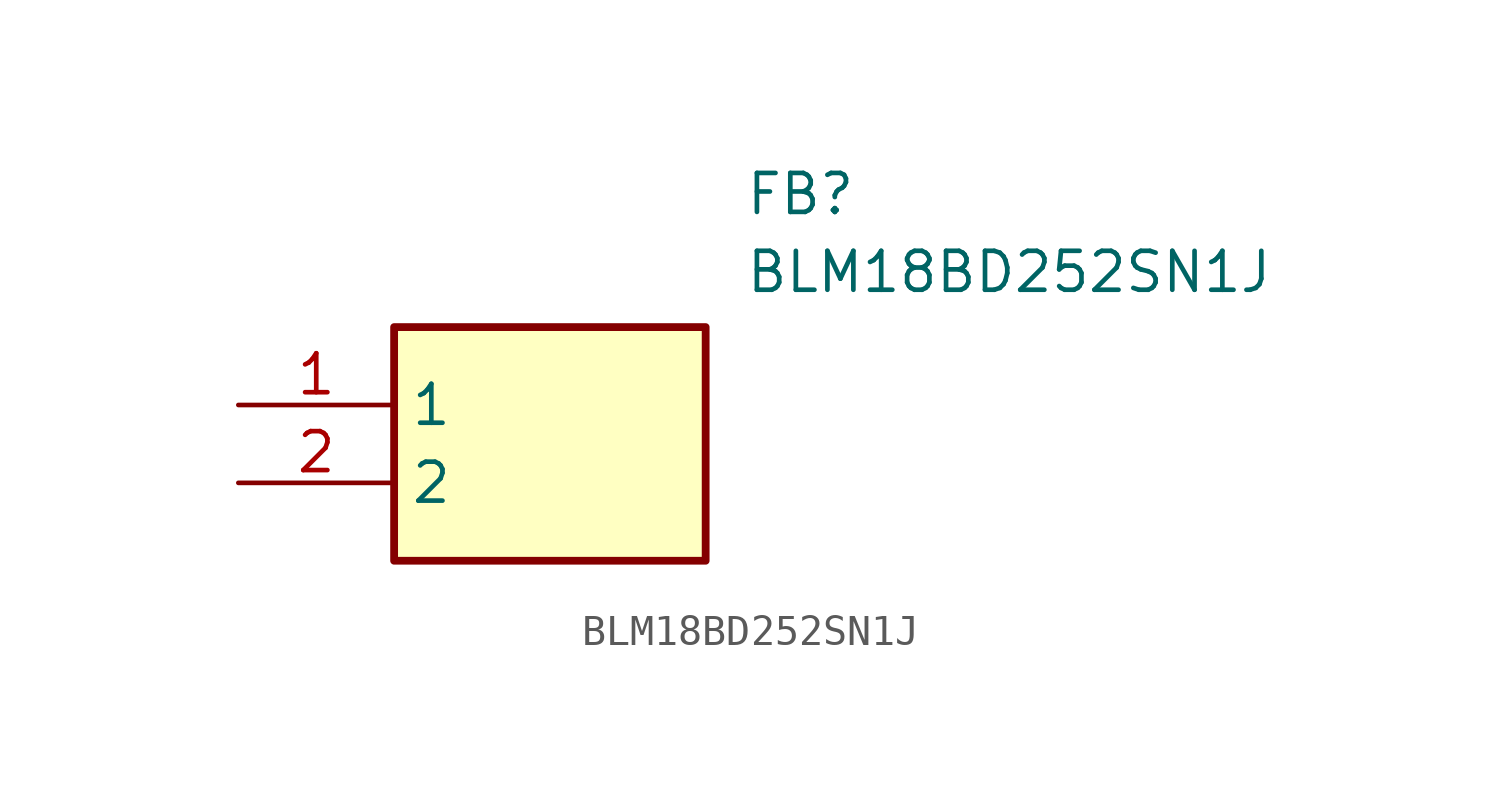
<source format=kicad_sym>
(kicad_symbol_lib
  (version 20211014)
  (generator SamacSys_ECAD_Model)
  (symbol "BLM18BD252SN1J"
    (property "Reference" "FB"
      (at 16.51 7.62 0)
      (effects (font (size 1.27 1.27)) (justify left top)))
    (property "Value" "BLM18BD252SN1J"
      (at 16.51 5.08 0)
      (effects (font (size 1.27 1.27)) (justify left top)))
    (rectangle
      (start 5.08 2.54)
      (end 15.24 -5.08)
      (stroke (width 0.254) (type default))
      (fill (type background)))
    (pin passive line
      (at 0 0 0)
      (length 5.08)
      (name "1" (effects (font (size 1.27 1.27))))
      (number "1" (effects (font (size 1.27 1.27)))))
    (pin passive line
      (at 0 -2.54 0)
      (length 5.08)
      (name "2" (effects (font (size 1.27 1.27))))
      (number "2" (effects (font (size 1.27 1.27)))))))
</source>
